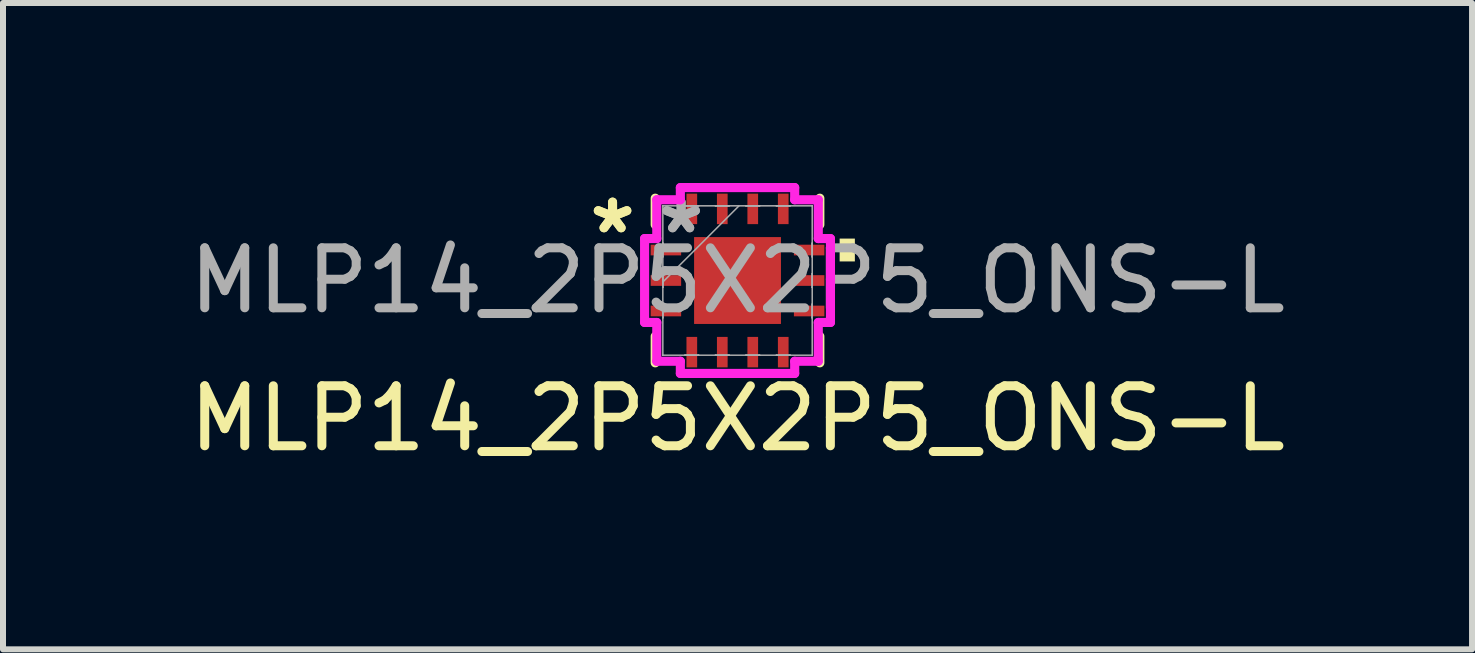
<source format=kicad_pcb>
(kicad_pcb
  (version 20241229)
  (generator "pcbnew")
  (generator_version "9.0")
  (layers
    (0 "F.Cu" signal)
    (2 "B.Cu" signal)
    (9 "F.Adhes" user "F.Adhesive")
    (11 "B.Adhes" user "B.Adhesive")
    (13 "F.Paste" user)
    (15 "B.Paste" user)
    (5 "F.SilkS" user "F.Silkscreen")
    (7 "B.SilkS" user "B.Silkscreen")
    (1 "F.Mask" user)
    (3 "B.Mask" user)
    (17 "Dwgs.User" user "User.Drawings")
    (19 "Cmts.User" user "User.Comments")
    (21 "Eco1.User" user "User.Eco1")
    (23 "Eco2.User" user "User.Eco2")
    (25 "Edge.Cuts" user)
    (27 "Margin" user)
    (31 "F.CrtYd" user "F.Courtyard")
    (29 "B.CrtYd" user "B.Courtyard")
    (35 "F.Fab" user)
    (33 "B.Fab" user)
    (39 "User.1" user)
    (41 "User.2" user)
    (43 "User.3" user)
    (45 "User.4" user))
  (footprint "MLP14_2P5X2P5_ONS-L"
    (layer "F.Cu")
    (at 9.244 1.626)
    (property "Reference" "MLP14_2P5X2P5_ONS-L" (at 0 2.3 0) (unlocked yes) (layer "F.SilkS") (effects (font (size 1 1) (thickness 0.15))))
    (attr smd)
    (fp_line (start -1.372 -1.372) (end -1.372 -0.93) (stroke (width 0.152) (type solid)) (layer "F.SilkS"))
    (fp_line (start -1.372 0.93) (end -1.372 1.372) (stroke (width 0.152) (type solid)) (layer "F.SilkS"))
    (fp_line (start 1.372 -0.93) (end 1.372 -1.372) (stroke (width 0.152) (type solid)) (layer "F.SilkS"))
    (fp_line (start 1.372 1.372) (end 1.372 0.93) (stroke (width 0.152) (type solid)) (layer "F.SilkS"))
    (fp_poly (pts (xy 1.956 -0.699) (xy 1.956 -0.318) (xy 1.702 -0.318) (xy 1.702 -0.699)) (stroke (width 0) (type solid)) (fill yes) (layer "F.SilkS"))
    (fp_line (start -1.549 -0.699) (end -1.346 -0.699) (stroke (width 0.152) (type solid)) (layer "F.CrtYd"))
    (fp_line (start -1.549 0.699) (end -1.549 -0.699) (stroke (width 0.152) (type solid)) (layer "F.CrtYd"))
    (fp_line (start -1.346 -1.346) (end -0.953 -1.346) (stroke (width 0.152) (type solid)) (layer "F.CrtYd"))
    (fp_line (start -1.346 -0.699) (end -1.346 -1.346) (stroke (width 0.152) (type solid)) (layer "F.CrtYd"))
    (fp_line (start -1.346 0.699) (end -1.549 0.699) (stroke (width 0.152) (type solid)) (layer "F.CrtYd"))
    (fp_line (start -1.346 1.346) (end -1.346 0.699) (stroke (width 0.152) (type solid)) (layer "F.CrtYd"))
    (fp_line (start -0.953 -1.549) (end 0.953 -1.549) (stroke (width 0.152) (type solid)) (layer "F.CrtYd"))
    (fp_line (start -0.953 -1.346) (end -0.953 -1.549) (stroke (width 0.152) (type solid)) (layer "F.CrtYd"))
    (fp_line (start -0.953 1.346) (end -1.346 1.346) (stroke (width 0.152) (type solid)) (layer "F.CrtYd"))
    (fp_line (start -0.953 1.549) (end -0.953 1.346) (stroke (width 0.152) (type solid)) (layer "F.CrtYd"))
    (fp_line (start 0.953 -1.549) (end 0.953 -1.346) (stroke (width 0.152) (type solid)) (layer "F.CrtYd"))
    (fp_line (start 0.953 -1.346) (end 1.346 -1.346) (stroke (width 0.152) (type solid)) (layer "F.CrtYd"))
    (fp_line (start 0.953 1.346) (end 0.953 1.549) (stroke (width 0.152) (type solid)) (layer "F.CrtYd"))
    (fp_line (start 0.953 1.549) (end -0.953 1.549) (stroke (width 0.152) (type solid)) (layer "F.CrtYd"))
    (fp_line (start 1.346 -1.346) (end 1.346 -0.699) (stroke (width 0.152) (type solid)) (layer "F.CrtYd"))
    (fp_line (start 1.346 -0.699) (end 1.549 -0.699) (stroke (width 0.152) (type solid)) (layer "F.CrtYd"))
    (fp_line (start 1.346 0.699) (end 1.346 1.346) (stroke (width 0.152) (type solid)) (layer "F.CrtYd"))
    (fp_line (start 1.346 1.346) (end 0.953 1.346) (stroke (width 0.152) (type solid)) (layer "F.CrtYd"))
    (fp_line (start 1.549 -0.699) (end 1.549 0.699) (stroke (width 0.152) (type solid)) (layer "F.CrtYd"))
    (fp_line (start 1.549 0.699) (end 1.346 0.699) (stroke (width 0.152) (type solid)) (layer "F.CrtYd"))
    (fp_line (start -1.245 -1.245) (end -1.245 -1.245) (stroke (width 0.025) (type solid)) (layer "F.Fab"))
    (fp_line (start -1.245 -1.245) (end -1.245 1.245) (stroke (width 0.025) (type solid)) (layer "F.Fab"))
    (fp_line (start -1.245 -0.622) (end -1.245 -0.622) (stroke (width 0.025) (type solid)) (layer "F.Fab"))
    (fp_line (start -1.245 -0.622) (end -1.245 -0.394) (stroke (width 0.025) (type solid)) (layer "F.Fab"))
    (fp_line (start -1.245 -0.394) (end -1.245 -0.622) (stroke (width 0.025) (type solid)) (layer "F.Fab"))
    (fp_line (start -1.245 -0.394) (end -1.245 -0.394) (stroke (width 0.025) (type solid)) (layer "F.Fab"))
    (fp_line (start -1.245 -0.114) (end -1.245 -0.114) (stroke (width 0.025) (type solid)) (layer "F.Fab"))
    (fp_line (start -1.245 -0.114) (end -1.245 0.114) (stroke (width 0.025) (type solid)) (layer "F.Fab"))
    (fp_line (start -1.245 0.025) (end 0.025 -1.245) (stroke (width 0.025) (type solid)) (layer "F.Fab"))
    (fp_line (start -1.245 0.114) (end -1.245 -0.114) (stroke (width 0.025) (type solid)) (layer "F.Fab"))
    (fp_line (start -1.245 0.114) (end -1.245 0.114) (stroke (width 0.025) (type solid)) (layer "F.Fab"))
    (fp_line (start -1.245 0.394) (end -1.245 0.394) (stroke (width 0.025) (type solid)) (layer "F.Fab"))
    (fp_line (start -1.245 0.394) (end -1.245 0.622) (stroke (width 0.025) (type solid)) (layer "F.Fab"))
    (fp_line (start -1.245 0.622) (end -1.245 0.394) (stroke (width 0.025) (type solid)) (layer "F.Fab"))
    (fp_line (start -1.245 0.622) (end -1.245 0.622) (stroke (width 0.025) (type solid)) (layer "F.Fab"))
    (fp_line (start -1.245 1.245) (end -1.245 1.245) (stroke (width 0.025) (type solid)) (layer "F.Fab"))
    (fp_line (start -1.245 1.245) (end 1.245 1.245) (stroke (width 0.025) (type solid)) (layer "F.Fab"))
    (fp_line (start -0.876 -1.245) (end -0.876 -1.245) (stroke (width 0.025) (type solid)) (layer "F.Fab"))
    (fp_line (start -0.876 -1.245) (end -0.648 -1.245) (stroke (width 0.025) (type solid)) (layer "F.Fab"))
    (fp_line (start -0.876 1.245) (end -0.876 1.245) (stroke (width 0.025) (type solid)) (layer "F.Fab"))
    (fp_line (start -0.876 1.245) (end -0.648 1.245) (stroke (width 0.025) (type solid)) (layer "F.Fab"))
    (fp_line (start -0.648 -1.245) (end -0.876 -1.245) (stroke (width 0.025) (type solid)) (layer "F.Fab"))
    (fp_line (start -0.648 -1.245) (end -0.648 -1.245) (stroke (width 0.025) (type solid)) (layer "F.Fab"))
    (fp_line (start -0.648 1.245) (end -0.876 1.245) (stroke (width 0.025) (type solid)) (layer "F.Fab"))
    (fp_line (start -0.648 1.245) (end -0.648 1.245) (stroke (width 0.025) (type solid)) (layer "F.Fab"))
    (fp_line (start -0.368 -1.245) (end -0.368 -1.245) (stroke (width 0.025) (type solid)) (layer "F.Fab"))
    (fp_line (start -0.368 -1.245) (end -0.14 -1.245) (stroke (width 0.025) (type solid)) (layer "F.Fab"))
    (fp_line (start -0.368 1.245) (end -0.368 1.245) (stroke (width 0.025) (type solid)) (layer "F.Fab"))
    (fp_line (start -0.368 1.245) (end -0.14 1.245) (stroke (width 0.025) (type solid)) (layer "F.Fab"))
    (fp_line (start -0.14 -1.245) (end -0.368 -1.245) (stroke (width 0.025) (type solid)) (layer "F.Fab"))
    (fp_line (start -0.14 -1.245) (end -0.14 -1.245) (stroke (width 0.025) (type solid)) (layer "F.Fab"))
    (fp_line (start -0.14 1.245) (end -0.368 1.245) (stroke (width 0.025) (type solid)) (layer "F.Fab"))
    (fp_line (start -0.14 1.245) (end -0.14 1.245) (stroke (width 0.025) (type solid)) (layer "F.Fab"))
    (fp_line (start 0.14 -1.245) (end 0.14 -1.245) (stroke (width 0.025) (type solid)) (layer "F.Fab"))
    (fp_line (start 0.14 -1.245) (end 0.368 -1.245) (stroke (width 0.025) (type solid)) (layer "F.Fab"))
    (fp_line (start 0.14 1.245) (end 0.14 1.245) (stroke (width 0.025) (type solid)) (layer "F.Fab"))
    (fp_line (start 0.14 1.245) (end 0.368 1.245) (stroke (width 0.025) (type solid)) (layer "F.Fab"))
    (fp_line (start 0.368 -1.245) (end 0.14 -1.245) (stroke (width 0.025) (type solid)) (layer "F.Fab"))
    (fp_line (start 0.368 -1.245) (end 0.368 -1.245) (stroke (width 0.025) (type solid)) (layer "F.Fab"))
    (fp_line (start 0.368 1.245) (end 0.14 1.245) (stroke (width 0.025) (type solid)) (layer "F.Fab"))
    (fp_line (start 0.368 1.245) (end 0.368 1.245) (stroke (width 0.025) (type solid)) (layer "F.Fab"))
    (fp_line (start 0.648 -1.245) (end 0.648 -1.245) (stroke (width 0.025) (type solid)) (layer "F.Fab"))
    (fp_line (start 0.648 -1.245) (end 0.876 -1.245) (stroke (width 0.025) (type solid)) (layer "F.Fab"))
    (fp_line (start 0.648 1.245) (end 0.648 1.245) (stroke (width 0.025) (type solid)) (layer "F.Fab"))
    (fp_line (start 0.648 1.245) (end 0.876 1.245) (stroke (width 0.025) (type solid)) (layer "F.Fab"))
    (fp_line (start 0.876 -1.245) (end 0.648 -1.245) (stroke (width 0.025) (type solid)) (layer "F.Fab"))
    (fp_line (start 0.876 -1.245) (end 0.876 -1.245) (stroke (width 0.025) (type solid)) (layer "F.Fab"))
    (fp_line (start 0.876 1.245) (end 0.648 1.245) (stroke (width 0.025) (type solid)) (layer "F.Fab"))
    (fp_line (start 0.876 1.245) (end 0.876 1.245) (stroke (width 0.025) (type solid)) (layer "F.Fab"))
    (fp_line (start 1.245 -1.245) (end -1.245 -1.245) (stroke (width 0.025) (type solid)) (layer "F.Fab"))
    (fp_line (start 1.245 -1.245) (end 1.245 -1.245) (stroke (width 0.025) (type solid)) (layer "F.Fab"))
    (fp_line (start 1.245 -0.622) (end 1.245 -0.622) (stroke (width 0.025) (type solid)) (layer "F.Fab"))
    (fp_line (start 1.245 -0.622) (end 1.245 -0.394) (stroke (width 0.025) (type solid)) (layer "F.Fab"))
    (fp_line (start 1.245 -0.394) (end 1.245 -0.622) (stroke (width 0.025) (type solid)) (layer "F.Fab"))
    (fp_line (start 1.245 -0.394) (end 1.245 -0.394) (stroke (width 0.025) (type solid)) (layer "F.Fab"))
    (fp_line (start 1.245 -0.114) (end 1.245 -0.114) (stroke (width 0.025) (type solid)) (layer "F.Fab"))
    (fp_line (start 1.245 -0.114) (end 1.245 0.114) (stroke (width 0.025) (type solid)) (layer "F.Fab"))
    (fp_line (start 1.245 0.114) (end 1.245 -0.114) (stroke (width 0.025) (type solid)) (layer "F.Fab"))
    (fp_line (start 1.245 0.114) (end 1.245 0.114) (stroke (width 0.025) (type solid)) (layer "F.Fab"))
    (fp_line (start 1.245 0.394) (end 1.245 0.394) (stroke (width 0.025) (type solid)) (layer "F.Fab"))
    (fp_line (start 1.245 0.394) (end 1.245 0.622) (stroke (width 0.025) (type solid)) (layer "F.Fab"))
    (fp_line (start 1.245 0.622) (end 1.245 0.394) (stroke (width 0.025) (type solid)) (layer "F.Fab"))
    (fp_line (start 1.245 0.622) (end 1.245 0.622) (stroke (width 0.025) (type solid)) (layer "F.Fab"))
    (fp_line (start 1.245 1.245) (end 1.245 -1.245) (stroke (width 0.025) (type solid)) (layer "F.Fab"))
    (fp_line (start 1.245 1.245) (end 1.245 1.245) (stroke (width 0.025) (type solid)) (layer "F.Fab"))
    (fp_text user "*" (at -2.083 -0.762 0) (layer "F.SilkS") (effects (font (size 1 1) (thickness 0.15))))
    (fp_text user "*" (at -2.083 -0.762 0) (unlocked yes) (layer "F.SilkS") (effects (font (size 1 1) (thickness 0.15))))
    (fp_text user "*" (at -0.94 -0.762 0) (unlocked yes) (layer "F.Fab") (effects (font (size 1 1) (thickness 0.15))))
    (fp_text user "*" (at -0.94 -0.762 0) (layer "F.Fab") (effects (font (size 1 1) (thickness 0.15))))
    (fp_text user "${REFERENCE}" (at 0 0 0) (unlocked yes) (layer "F.Fab") (effects (font (size 1 1) (thickness 0.15))))
    (pad "1" smd rect (at -1.194 -0.508 90) (size 0.178 0.508) (layers "F.Cu" "F.Mask" "F.Paste"))
    (pad "2" smd rect (at -1.194 0 90) (size 0.178 0.508) (layers "F.Cu" "F.Mask" "F.Paste"))
    (pad "3" smd rect (at -1.194 0.508 90) (size 0.178 0.508) (layers "F.Cu" "F.Mask" "F.Paste"))
    (pad "4" smd rect (at -0.762 1.194) (size 0.178 0.508) (layers "F.Cu" "F.Mask" "F.Paste"))
    (pad "5" smd rect (at -0.254 1.194) (size 0.178 0.508) (layers "F.Cu" "F.Mask" "F.Paste"))
    (pad "6" smd rect (at 0.254 1.194) (size 0.178 0.508) (layers "F.Cu" "F.Mask" "F.Paste"))
    (pad "7" smd rect (at 0.762 1.194) (size 0.178 0.508) (layers "F.Cu" "F.Mask" "F.Paste"))
    (pad "8" smd rect (at 1.194 0.508 90) (size 0.178 0.508) (layers "F.Cu" "F.Mask" "F.Paste"))
    (pad "9" smd rect (at 1.194 0 90) (size 0.178 0.508) (layers "F.Cu" "F.Mask" "F.Paste"))
    (pad "10" smd rect (at 1.194 -0.508 90) (size 0.178 0.508) (layers "F.Cu" "F.Mask" "F.Paste"))
    (pad "11" smd rect (at 0.762 -1.194) (size 0.178 0.508) (layers "F.Cu" "F.Mask" "F.Paste"))
    (pad "12" smd rect (at 0.254 -1.194) (size 0.178 0.508) (layers "F.Cu" "F.Mask" "F.Paste"))
    (pad "13" smd rect (at -0.254 -1.194) (size 0.178 0.508) (layers "F.Cu" "F.Mask" "F.Paste"))
    (pad "14" smd rect (at -0.762 -1.194) (size 0.178 0.508) (layers "F.Cu" "F.Mask" "F.Paste"))
    (pad "15" smd rect (at 0 0) (size 1.448 1.448) (layers "F.Cu" "F.Mask" "F.Paste")))
  (gr_rect
    (start -3 -3)
    (end 21.488 7.774)
    (stroke (width 0.1) (type default))
    (fill no)
    (layer "Edge.Cuts")))
</source>
